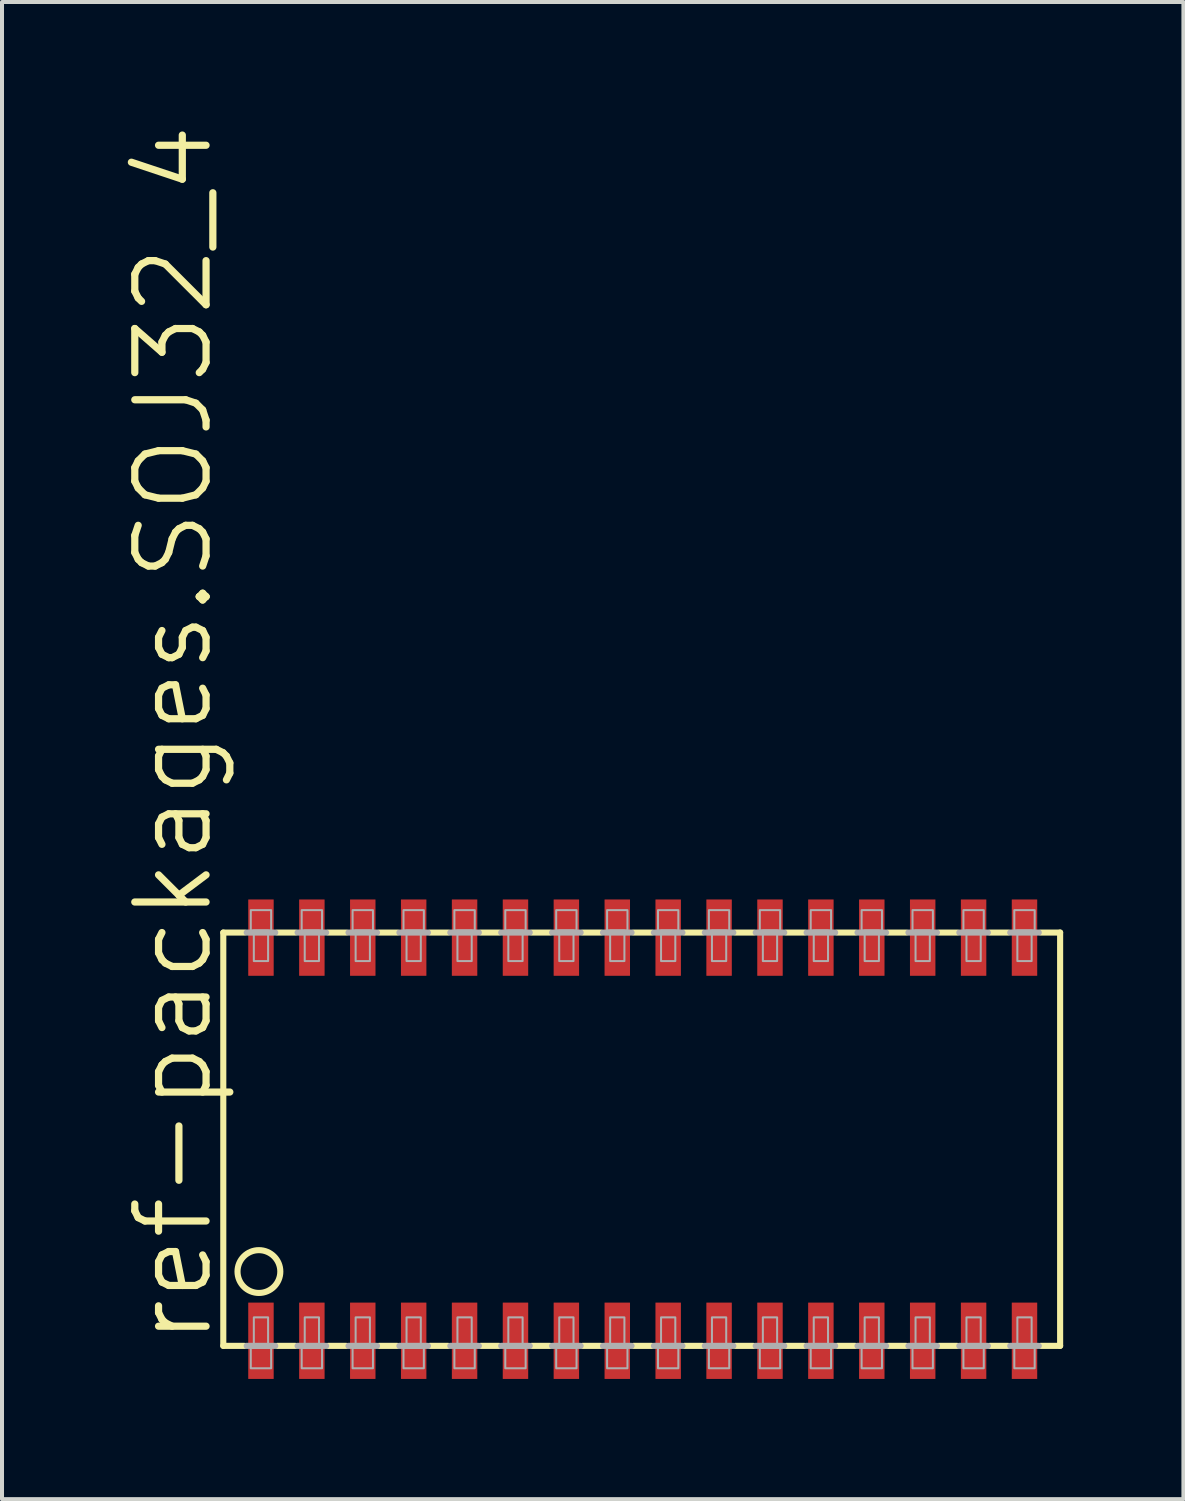
<source format=kicad_pcb>
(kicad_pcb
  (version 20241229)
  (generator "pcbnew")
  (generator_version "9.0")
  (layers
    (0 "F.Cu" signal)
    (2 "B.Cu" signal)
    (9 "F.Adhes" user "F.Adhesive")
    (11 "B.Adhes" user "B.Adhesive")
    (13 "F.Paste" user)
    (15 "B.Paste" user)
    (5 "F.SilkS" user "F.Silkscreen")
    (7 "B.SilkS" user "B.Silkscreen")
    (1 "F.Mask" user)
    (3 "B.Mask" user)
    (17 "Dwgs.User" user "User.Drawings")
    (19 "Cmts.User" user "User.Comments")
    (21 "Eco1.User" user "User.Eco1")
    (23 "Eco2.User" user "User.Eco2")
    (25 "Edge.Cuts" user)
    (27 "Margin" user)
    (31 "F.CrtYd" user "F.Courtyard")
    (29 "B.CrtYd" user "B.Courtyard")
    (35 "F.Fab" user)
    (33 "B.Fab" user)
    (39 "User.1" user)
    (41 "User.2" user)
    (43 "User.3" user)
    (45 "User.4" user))
  (footprint "ref-packages.SOJ32_4"
    (layer "F.Cu")
    (at 12.986 25.373)
    (property "Reference" "ref-packages.SOJ32_4" (at -10.668 5.207 90) (layer "F.SilkS") (effects (font (size 1.778 1.778) (thickness 0.18)) (justify left bottom)))
    (attr smd)
    (fp_line (start -10.465 -5.156) (end -10.465 5.156) (stroke (width 0.152) (type default)) (layer "F.SilkS"))
    (fp_line (start -10.465 -5.156) (end -9.931 -5.156) (stroke (width 0.152) (type default)) (layer "F.SilkS"))
    (fp_line (start -10.465 5.156) (end -9.931 5.156) (stroke (width 0.152) (type default)) (layer "F.SilkS"))
    (fp_line (start -9.119 -5.156) (end -8.661 -5.156) (stroke (width 0.152) (type default)) (layer "F.SilkS"))
    (fp_line (start -8.661 5.156) (end -9.119 5.156) (stroke (width 0.152) (type default)) (layer "F.SilkS"))
    (fp_line (start -7.849 -5.156) (end -7.391 -5.156) (stroke (width 0.152) (type default)) (layer "F.SilkS"))
    (fp_line (start -7.391 5.156) (end -7.849 5.156) (stroke (width 0.152) (type default)) (layer "F.SilkS"))
    (fp_line (start -6.579 -5.156) (end -6.121 -5.156) (stroke (width 0.152) (type default)) (layer "F.SilkS"))
    (fp_line (start -6.121 5.156) (end -6.579 5.156) (stroke (width 0.152) (type default)) (layer "F.SilkS"))
    (fp_line (start -5.309 -5.156) (end -4.851 -5.156) (stroke (width 0.152) (type default)) (layer "F.SilkS"))
    (fp_line (start -4.851 5.156) (end -5.309 5.156) (stroke (width 0.152) (type default)) (layer "F.SilkS"))
    (fp_line (start -4.039 -5.156) (end -3.581 -5.156) (stroke (width 0.152) (type default)) (layer "F.SilkS"))
    (fp_line (start -3.581 5.156) (end -4.039 5.156) (stroke (width 0.152) (type default)) (layer "F.SilkS"))
    (fp_line (start -2.769 -5.156) (end -2.311 -5.156) (stroke (width 0.152) (type default)) (layer "F.SilkS"))
    (fp_line (start -2.311 5.156) (end -2.769 5.156) (stroke (width 0.152) (type default)) (layer "F.SilkS"))
    (fp_line (start -1.499 -5.156) (end -1.041 -5.156) (stroke (width 0.152) (type default)) (layer "F.SilkS"))
    (fp_line (start -1.041 5.156) (end -1.499 5.156) (stroke (width 0.152) (type default)) (layer "F.SilkS"))
    (fp_line (start -0.229 -5.156) (end 0.229 -5.156) (stroke (width 0.152) (type default)) (layer "F.SilkS"))
    (fp_line (start 0.229 5.156) (end -0.229 5.156) (stroke (width 0.152) (type default)) (layer "F.SilkS"))
    (fp_line (start 1.041 -5.156) (end 1.499 -5.156) (stroke (width 0.152) (type default)) (layer "F.SilkS"))
    (fp_line (start 1.499 5.156) (end 1.041 5.156) (stroke (width 0.152) (type default)) (layer "F.SilkS"))
    (fp_line (start 2.311 -5.156) (end 2.769 -5.156) (stroke (width 0.152) (type default)) (layer "F.SilkS"))
    (fp_line (start 2.769 5.156) (end 2.311 5.156) (stroke (width 0.152) (type default)) (layer "F.SilkS"))
    (fp_line (start 3.581 -5.156) (end 4.039 -5.156) (stroke (width 0.152) (type default)) (layer "F.SilkS"))
    (fp_line (start 4.039 5.156) (end 3.581 5.156) (stroke (width 0.152) (type default)) (layer "F.SilkS"))
    (fp_line (start 4.851 -5.156) (end 5.309 -5.156) (stroke (width 0.152) (type default)) (layer "F.SilkS"))
    (fp_line (start 5.309 5.156) (end 4.851 5.156) (stroke (width 0.152) (type default)) (layer "F.SilkS"))
    (fp_line (start 6.121 -5.156) (end 6.579 -5.156) (stroke (width 0.152) (type default)) (layer "F.SilkS"))
    (fp_line (start 6.579 5.156) (end 6.121 5.156) (stroke (width 0.152) (type default)) (layer "F.SilkS"))
    (fp_line (start 7.391 -5.156) (end 7.849 -5.156) (stroke (width 0.152) (type default)) (layer "F.SilkS"))
    (fp_line (start 7.849 5.156) (end 7.391 5.156) (stroke (width 0.152) (type default)) (layer "F.SilkS"))
    (fp_line (start 8.661 -5.156) (end 9.119 -5.156) (stroke (width 0.152) (type default)) (layer "F.SilkS"))
    (fp_line (start 9.119 5.156) (end 8.661 5.156) (stroke (width 0.152) (type default)) (layer "F.SilkS"))
    (fp_line (start 10.414 -5.156) (end 9.931 -5.156) (stroke (width 0.152) (type default)) (layer "F.SilkS"))
    (fp_line (start 10.414 5.156) (end 9.931 5.156) (stroke (width 0.152) (type default)) (layer "F.SilkS"))
    (fp_line (start 10.414 5.156) (end 10.414 -5.156) (stroke (width 0.152) (type default)) (layer "F.SilkS"))
    (fp_circle (center -9.576 3.302) (end -9.042 3.302) (stroke (width 0.152) (type default)) (fill no) (layer "F.SilkS"))
    (fp_line (start -9.881 -5.156) (end -9.169 -5.156) (stroke (width 0.152) (type default)) (layer "F.Fab"))
    (fp_line (start -9.881 5.156) (end -9.169 5.156) (stroke (width 0.152) (type default)) (layer "F.Fab"))
    (fp_line (start -8.611 -5.156) (end -7.899 -5.156) (stroke (width 0.152) (type default)) (layer "F.Fab"))
    (fp_line (start -7.899 5.156) (end -8.611 5.156) (stroke (width 0.152) (type default)) (layer "F.Fab"))
    (fp_line (start -7.341 -5.156) (end -6.629 -5.156) (stroke (width 0.152) (type default)) (layer "F.Fab"))
    (fp_line (start -6.629 5.156) (end -7.341 5.156) (stroke (width 0.152) (type default)) (layer "F.Fab"))
    (fp_line (start -6.071 -5.156) (end -5.359 -5.156) (stroke (width 0.152) (type default)) (layer "F.Fab"))
    (fp_line (start -5.359 5.156) (end -6.071 5.156) (stroke (width 0.152) (type default)) (layer "F.Fab"))
    (fp_line (start -4.801 -5.156) (end -4.089 -5.156) (stroke (width 0.152) (type default)) (layer "F.Fab"))
    (fp_line (start -4.089 5.156) (end -4.801 5.156) (stroke (width 0.152) (type default)) (layer "F.Fab"))
    (fp_line (start -3.531 -5.156) (end -2.819 -5.156) (stroke (width 0.152) (type default)) (layer "F.Fab"))
    (fp_line (start -2.819 5.156) (end -3.531 5.156) (stroke (width 0.152) (type default)) (layer "F.Fab"))
    (fp_line (start -2.261 -5.156) (end -1.549 -5.156) (stroke (width 0.152) (type default)) (layer "F.Fab"))
    (fp_line (start -1.549 5.156) (end -2.261 5.156) (stroke (width 0.152) (type default)) (layer "F.Fab"))
    (fp_line (start -0.991 -5.156) (end -0.279 -5.156) (stroke (width 0.152) (type default)) (layer "F.Fab"))
    (fp_line (start -0.279 5.156) (end -0.991 5.156) (stroke (width 0.152) (type default)) (layer "F.Fab"))
    (fp_line (start 0.279 -5.156) (end 0.991 -5.156) (stroke (width 0.152) (type default)) (layer "F.Fab"))
    (fp_line (start 0.991 5.156) (end 0.279 5.156) (stroke (width 0.152) (type default)) (layer "F.Fab"))
    (fp_line (start 1.549 -5.156) (end 2.261 -5.156) (stroke (width 0.152) (type default)) (layer "F.Fab"))
    (fp_line (start 2.261 5.156) (end 1.549 5.156) (stroke (width 0.152) (type default)) (layer "F.Fab"))
    (fp_line (start 2.819 -5.156) (end 3.531 -5.156) (stroke (width 0.152) (type default)) (layer "F.Fab"))
    (fp_line (start 3.531 5.156) (end 2.819 5.156) (stroke (width 0.152) (type default)) (layer "F.Fab"))
    (fp_line (start 4.089 -5.156) (end 4.801 -5.156) (stroke (width 0.152) (type default)) (layer "F.Fab"))
    (fp_line (start 4.801 5.156) (end 4.089 5.156) (stroke (width 0.152) (type default)) (layer "F.Fab"))
    (fp_line (start 5.359 -5.156) (end 6.071 -5.156) (stroke (width 0.152) (type default)) (layer "F.Fab"))
    (fp_line (start 6.071 5.156) (end 5.359 5.156) (stroke (width 0.152) (type default)) (layer "F.Fab"))
    (fp_line (start 6.629 -5.156) (end 7.341 -5.156) (stroke (width 0.152) (type default)) (layer "F.Fab"))
    (fp_line (start 7.341 5.156) (end 6.629 5.156) (stroke (width 0.152) (type default)) (layer "F.Fab"))
    (fp_line (start 7.899 -5.156) (end 8.611 -5.156) (stroke (width 0.152) (type default)) (layer "F.Fab"))
    (fp_line (start 8.611 5.156) (end 7.899 5.156) (stroke (width 0.152) (type default)) (layer "F.Fab"))
    (fp_line (start 9.881 -5.156) (end 9.169 -5.156) (stroke (width 0.152) (type default)) (layer "F.Fab"))
    (fp_line (start 9.881 5.156) (end 9.169 5.156) (stroke (width 0.152) (type default)) (layer "F.Fab"))
    (fp_rect (start -9.779 -5.207) (end -9.271 -5.715) (stroke (width 0.05) (type default)) (fill no) (layer "F.Fab"))
    (fp_rect (start -9.779 5.715) (end -9.271 5.207) (stroke (width 0.05) (type default)) (fill no) (layer "F.Fab"))
    (fp_rect (start -9.703 -4.445) (end -9.347 -5.207) (stroke (width 0.05) (type default)) (fill no) (layer "F.Fab"))
    (fp_rect (start -9.703 5.207) (end -9.347 4.445) (stroke (width 0.05) (type default)) (fill no) (layer "F.Fab"))
    (fp_rect (start -8.509 -5.207) (end -8.001 -5.715) (stroke (width 0.05) (type default)) (fill no) (layer "F.Fab"))
    (fp_rect (start -8.509 5.715) (end -8.001 5.207) (stroke (width 0.05) (type default)) (fill no) (layer "F.Fab"))
    (fp_rect (start -8.433 -4.445) (end -8.077 -5.207) (stroke (width 0.05) (type default)) (fill no) (layer "F.Fab"))
    (fp_rect (start -8.433 5.207) (end -8.077 4.445) (stroke (width 0.05) (type default)) (fill no) (layer "F.Fab"))
    (fp_rect (start -7.239 -5.207) (end -6.731 -5.715) (stroke (width 0.05) (type default)) (fill no) (layer "F.Fab"))
    (fp_rect (start -7.239 5.715) (end -6.731 5.207) (stroke (width 0.05) (type default)) (fill no) (layer "F.Fab"))
    (fp_rect (start -7.163 -4.445) (end -6.807 -5.207) (stroke (width 0.05) (type default)) (fill no) (layer "F.Fab"))
    (fp_rect (start -7.163 5.207) (end -6.807 4.445) (stroke (width 0.05) (type default)) (fill no) (layer "F.Fab"))
    (fp_rect (start -5.969 -5.207) (end -5.461 -5.715) (stroke (width 0.05) (type default)) (fill no) (layer "F.Fab"))
    (fp_rect (start -5.969 5.715) (end -5.461 5.207) (stroke (width 0.05) (type default)) (fill no) (layer "F.Fab"))
    (fp_rect (start -5.893 -4.445) (end -5.537 -5.207) (stroke (width 0.05) (type default)) (fill no) (layer "F.Fab"))
    (fp_rect (start -5.893 5.207) (end -5.537 4.445) (stroke (width 0.05) (type default)) (fill no) (layer "F.Fab"))
    (fp_rect (start -4.699 -5.207) (end -4.191 -5.715) (stroke (width 0.05) (type default)) (fill no) (layer "F.Fab"))
    (fp_rect (start -4.699 5.715) (end -4.191 5.207) (stroke (width 0.05) (type default)) (fill no) (layer "F.Fab"))
    (fp_rect (start -4.623 -4.445) (end -4.267 -5.207) (stroke (width 0.05) (type default)) (fill no) (layer "F.Fab"))
    (fp_rect (start -4.623 5.207) (end -4.267 4.445) (stroke (width 0.05) (type default)) (fill no) (layer "F.Fab"))
    (fp_rect (start -3.429 -5.207) (end -2.921 -5.715) (stroke (width 0.05) (type default)) (fill no) (layer "F.Fab"))
    (fp_rect (start -3.429 5.715) (end -2.921 5.207) (stroke (width 0.05) (type default)) (fill no) (layer "F.Fab"))
    (fp_rect (start -3.353 -4.445) (end -2.997 -5.207) (stroke (width 0.05) (type default)) (fill no) (layer "F.Fab"))
    (fp_rect (start -3.353 5.207) (end -2.997 4.445) (stroke (width 0.05) (type default)) (fill no) (layer "F.Fab"))
    (fp_rect (start -2.159 -5.207) (end -1.651 -5.715) (stroke (width 0.05) (type default)) (fill no) (layer "F.Fab"))
    (fp_rect (start -2.159 5.715) (end -1.651 5.207) (stroke (width 0.05) (type default)) (fill no) (layer "F.Fab"))
    (fp_rect (start -2.083 -4.445) (end -1.727 -5.207) (stroke (width 0.05) (type default)) (fill no) (layer "F.Fab"))
    (fp_rect (start -2.083 5.207) (end -1.727 4.445) (stroke (width 0.05) (type default)) (fill no) (layer "F.Fab"))
    (fp_rect (start -0.889 -5.207) (end -0.381 -5.715) (stroke (width 0.05) (type default)) (fill no) (layer "F.Fab"))
    (fp_rect (start -0.889 5.715) (end -0.381 5.207) (stroke (width 0.05) (type default)) (fill no) (layer "F.Fab"))
    (fp_rect (start -0.813 -4.445) (end -0.457 -5.207) (stroke (width 0.05) (type default)) (fill no) (layer "F.Fab"))
    (fp_rect (start -0.813 5.207) (end -0.457 4.445) (stroke (width 0.05) (type default)) (fill no) (layer "F.Fab"))
    (fp_rect (start 0.381 -5.207) (end 0.889 -5.715) (stroke (width 0.05) (type default)) (fill no) (layer "F.Fab"))
    (fp_rect (start 0.381 5.715) (end 0.889 5.207) (stroke (width 0.05) (type default)) (fill no) (layer "F.Fab"))
    (fp_rect (start 0.457 -4.445) (end 0.813 -5.207) (stroke (width 0.05) (type default)) (fill no) (layer "F.Fab"))
    (fp_rect (start 0.457 5.207) (end 0.813 4.445) (stroke (width 0.05) (type default)) (fill no) (layer "F.Fab"))
    (fp_rect (start 1.651 -5.207) (end 2.159 -5.715) (stroke (width 0.05) (type default)) (fill no) (layer "F.Fab"))
    (fp_rect (start 1.651 5.715) (end 2.159 5.207) (stroke (width 0.05) (type default)) (fill no) (layer "F.Fab"))
    (fp_rect (start 1.727 -4.445) (end 2.083 -5.207) (stroke (width 0.05) (type default)) (fill no) (layer "F.Fab"))
    (fp_rect (start 1.727 5.207) (end 2.083 4.445) (stroke (width 0.05) (type default)) (fill no) (layer "F.Fab"))
    (fp_rect (start 2.921 -5.207) (end 3.429 -5.715) (stroke (width 0.05) (type default)) (fill no) (layer "F.Fab"))
    (fp_rect (start 2.921 5.715) (end 3.429 5.207) (stroke (width 0.05) (type default)) (fill no) (layer "F.Fab"))
    (fp_rect (start 2.997 -4.445) (end 3.353 -5.207) (stroke (width 0.05) (type default)) (fill no) (layer "F.Fab"))
    (fp_rect (start 2.997 5.207) (end 3.353 4.445) (stroke (width 0.05) (type default)) (fill no) (layer "F.Fab"))
    (fp_rect (start 4.191 -5.207) (end 4.699 -5.715) (stroke (width 0.05) (type default)) (fill no) (layer "F.Fab"))
    (fp_rect (start 4.191 5.715) (end 4.699 5.207) (stroke (width 0.05) (type default)) (fill no) (layer "F.Fab"))
    (fp_rect (start 4.267 -4.445) (end 4.623 -5.207) (stroke (width 0.05) (type default)) (fill no) (layer "F.Fab"))
    (fp_rect (start 4.267 5.207) (end 4.623 4.445) (stroke (width 0.05) (type default)) (fill no) (layer "F.Fab"))
    (fp_rect (start 5.461 -5.207) (end 5.969 -5.715) (stroke (width 0.05) (type default)) (fill no) (layer "F.Fab"))
    (fp_rect (start 5.461 5.715) (end 5.969 5.207) (stroke (width 0.05) (type default)) (fill no) (layer "F.Fab"))
    (fp_rect (start 5.537 -4.445) (end 5.893 -5.207) (stroke (width 0.05) (type default)) (fill no) (layer "F.Fab"))
    (fp_rect (start 5.537 5.207) (end 5.893 4.445) (stroke (width 0.05) (type default)) (fill no) (layer "F.Fab"))
    (fp_rect (start 6.731 -5.207) (end 7.239 -5.715) (stroke (width 0.05) (type default)) (fill no) (layer "F.Fab"))
    (fp_rect (start 6.731 5.715) (end 7.239 5.207) (stroke (width 0.05) (type default)) (fill no) (layer "F.Fab"))
    (fp_rect (start 6.807 -4.445) (end 7.163 -5.207) (stroke (width 0.05) (type default)) (fill no) (layer "F.Fab"))
    (fp_rect (start 6.807 5.207) (end 7.163 4.445) (stroke (width 0.05) (type default)) (fill no) (layer "F.Fab"))
    (fp_rect (start 8.001 -5.207) (end 8.509 -5.715) (stroke (width 0.05) (type default)) (fill no) (layer "F.Fab"))
    (fp_rect (start 8.001 5.715) (end 8.509 5.207) (stroke (width 0.05) (type default)) (fill no) (layer "F.Fab"))
    (fp_rect (start 8.077 -4.445) (end 8.433 -5.207) (stroke (width 0.05) (type default)) (fill no) (layer "F.Fab"))
    (fp_rect (start 8.077 5.207) (end 8.433 4.445) (stroke (width 0.05) (type default)) (fill no) (layer "F.Fab"))
    (fp_rect (start 9.271 -5.207) (end 9.779 -5.715) (stroke (width 0.05) (type default)) (fill no) (layer "F.Fab"))
    (fp_rect (start 9.271 5.715) (end 9.779 5.207) (stroke (width 0.05) (type default)) (fill no) (layer "F.Fab"))
    (fp_rect (start 9.347 -4.445) (end 9.703 -5.207) (stroke (width 0.05) (type default)) (fill no) (layer "F.Fab"))
    (fp_rect (start 9.347 5.207) (end 9.703 4.445) (stroke (width 0.05) (type default)) (fill no) (layer "F.Fab"))
    (pad "1" smd roundrect (at -9.525 5.029) (size 0.635 1.905) (layers "F.Cu" "F.Mask" "F.Paste") (roundrect_rratio 0.01))
    (pad "2" smd roundrect (at -8.255 5.029) (size 0.635 1.905) (layers "F.Cu" "F.Mask" "F.Paste") (roundrect_rratio 0.01))
    (pad "3" smd roundrect (at -6.985 5.029) (size 0.635 1.905) (layers "F.Cu" "F.Mask" "F.Paste") (roundrect_rratio 0.01))
    (pad "4" smd roundrect (at -5.715 5.029) (size 0.635 1.905) (layers "F.Cu" "F.Mask" "F.Paste") (roundrect_rratio 0.01))
    (pad "5" smd roundrect (at -4.445 5.029) (size 0.635 1.905) (layers "F.Cu" "F.Mask" "F.Paste") (roundrect_rratio 0.01))
    (pad "6" smd roundrect (at -3.175 5.029) (size 0.635 1.905) (layers "F.Cu" "F.Mask" "F.Paste") (roundrect_rratio 0.01))
    (pad "7" smd roundrect (at -1.905 5.029) (size 0.635 1.905) (layers "F.Cu" "F.Mask" "F.Paste") (roundrect_rratio 0.01))
    (pad "8" smd roundrect (at -0.635 5.029) (size 0.635 1.905) (layers "F.Cu" "F.Mask" "F.Paste") (roundrect_rratio 0.01))
    (pad "9" smd roundrect (at 0.635 5.029) (size 0.635 1.905) (layers "F.Cu" "F.Mask" "F.Paste") (roundrect_rratio 0.01))
    (pad "10" smd roundrect (at 1.905 5.029) (size 0.635 1.905) (layers "F.Cu" "F.Mask" "F.Paste") (roundrect_rratio 0.01))
    (pad "11" smd roundrect (at 3.175 5.029) (size 0.635 1.905) (layers "F.Cu" "F.Mask" "F.Paste") (roundrect_rratio 0.01))
    (pad "12" smd roundrect (at 4.445 5.029) (size 0.635 1.905) (layers "F.Cu" "F.Mask" "F.Paste") (roundrect_rratio 0.01))
    (pad "13" smd roundrect (at 5.715 5.029) (size 0.635 1.905) (layers "F.Cu" "F.Mask" "F.Paste") (roundrect_rratio 0.01))
    (pad "14" smd roundrect (at 6.985 5.029) (size 0.635 1.905) (layers "F.Cu" "F.Mask" "F.Paste") (roundrect_rratio 0.01))
    (pad "15" smd roundrect (at 8.255 5.029) (size 0.635 1.905) (layers "F.Cu" "F.Mask" "F.Paste") (roundrect_rratio 0.01))
    (pad "16" smd roundrect (at 9.525 5.029) (size 0.635 1.905) (layers "F.Cu" "F.Mask" "F.Paste") (roundrect_rratio 0.01))
    (pad "17" smd roundrect (at 9.525 -5.029) (size 0.635 1.905) (layers "F.Cu" "F.Mask" "F.Paste") (roundrect_rratio 0.01))
    (pad "18" smd roundrect (at 8.255 -5.029) (size 0.635 1.905) (layers "F.Cu" "F.Mask" "F.Paste") (roundrect_rratio 0.01))
    (pad "19" smd roundrect (at 6.985 -5.029) (size 0.635 1.905) (layers "F.Cu" "F.Mask" "F.Paste") (roundrect_rratio 0.01))
    (pad "20" smd roundrect (at 5.715 -5.029) (size 0.635 1.905) (layers "F.Cu" "F.Mask" "F.Paste") (roundrect_rratio 0.01))
    (pad "21" smd roundrect (at 4.445 -5.029) (size 0.635 1.905) (layers "F.Cu" "F.Mask" "F.Paste") (roundrect_rratio 0.01))
    (pad "22" smd roundrect (at 3.175 -5.029) (size 0.635 1.905) (layers "F.Cu" "F.Mask" "F.Paste") (roundrect_rratio 0.01))
    (pad "23" smd roundrect (at 1.905 -5.029) (size 0.635 1.905) (layers "F.Cu" "F.Mask" "F.Paste") (roundrect_rratio 0.01))
    (pad "24" smd roundrect (at 0.635 -5.029) (size 0.635 1.905) (layers "F.Cu" "F.Mask" "F.Paste") (roundrect_rratio 0.01))
    (pad "25" smd roundrect (at -0.635 -5.029) (size 0.635 1.905) (layers "F.Cu" "F.Mask" "F.Paste") (roundrect_rratio 0.01))
    (pad "26" smd roundrect (at -1.905 -5.029) (size 0.635 1.905) (layers "F.Cu" "F.Mask" "F.Paste") (roundrect_rratio 0.01))
    (pad "27" smd roundrect (at -3.175 -5.029) (size 0.635 1.905) (layers "F.Cu" "F.Mask" "F.Paste") (roundrect_rratio 0.01))
    (pad "28" smd roundrect (at -4.445 -5.029) (size 0.635 1.905) (layers "F.Cu" "F.Mask" "F.Paste") (roundrect_rratio 0.01))
    (pad "29" smd roundrect (at -5.715 -5.029) (size 0.635 1.905) (layers "F.Cu" "F.Mask" "F.Paste") (roundrect_rratio 0.01))
    (pad "30" smd roundrect (at -6.985 -5.029) (size 0.635 1.905) (layers "F.Cu" "F.Mask" "F.Paste") (roundrect_rratio 0.01))
    (pad "31" smd roundrect (at -8.255 -5.029) (size 0.635 1.905) (layers "F.Cu" "F.Mask" "F.Paste") (roundrect_rratio 0.01))
    (pad "32" smd roundrect (at -9.525 -5.029) (size 0.635 1.905) (layers "F.Cu" "F.Mask" "F.Paste") (roundrect_rratio 0.01)))
  (gr_rect
    (start -3 -3)
    (end 26.476 34.354)
    (stroke (width 0.1) (type default))
    (fill no)
    (layer "Edge.Cuts")))
</source>
